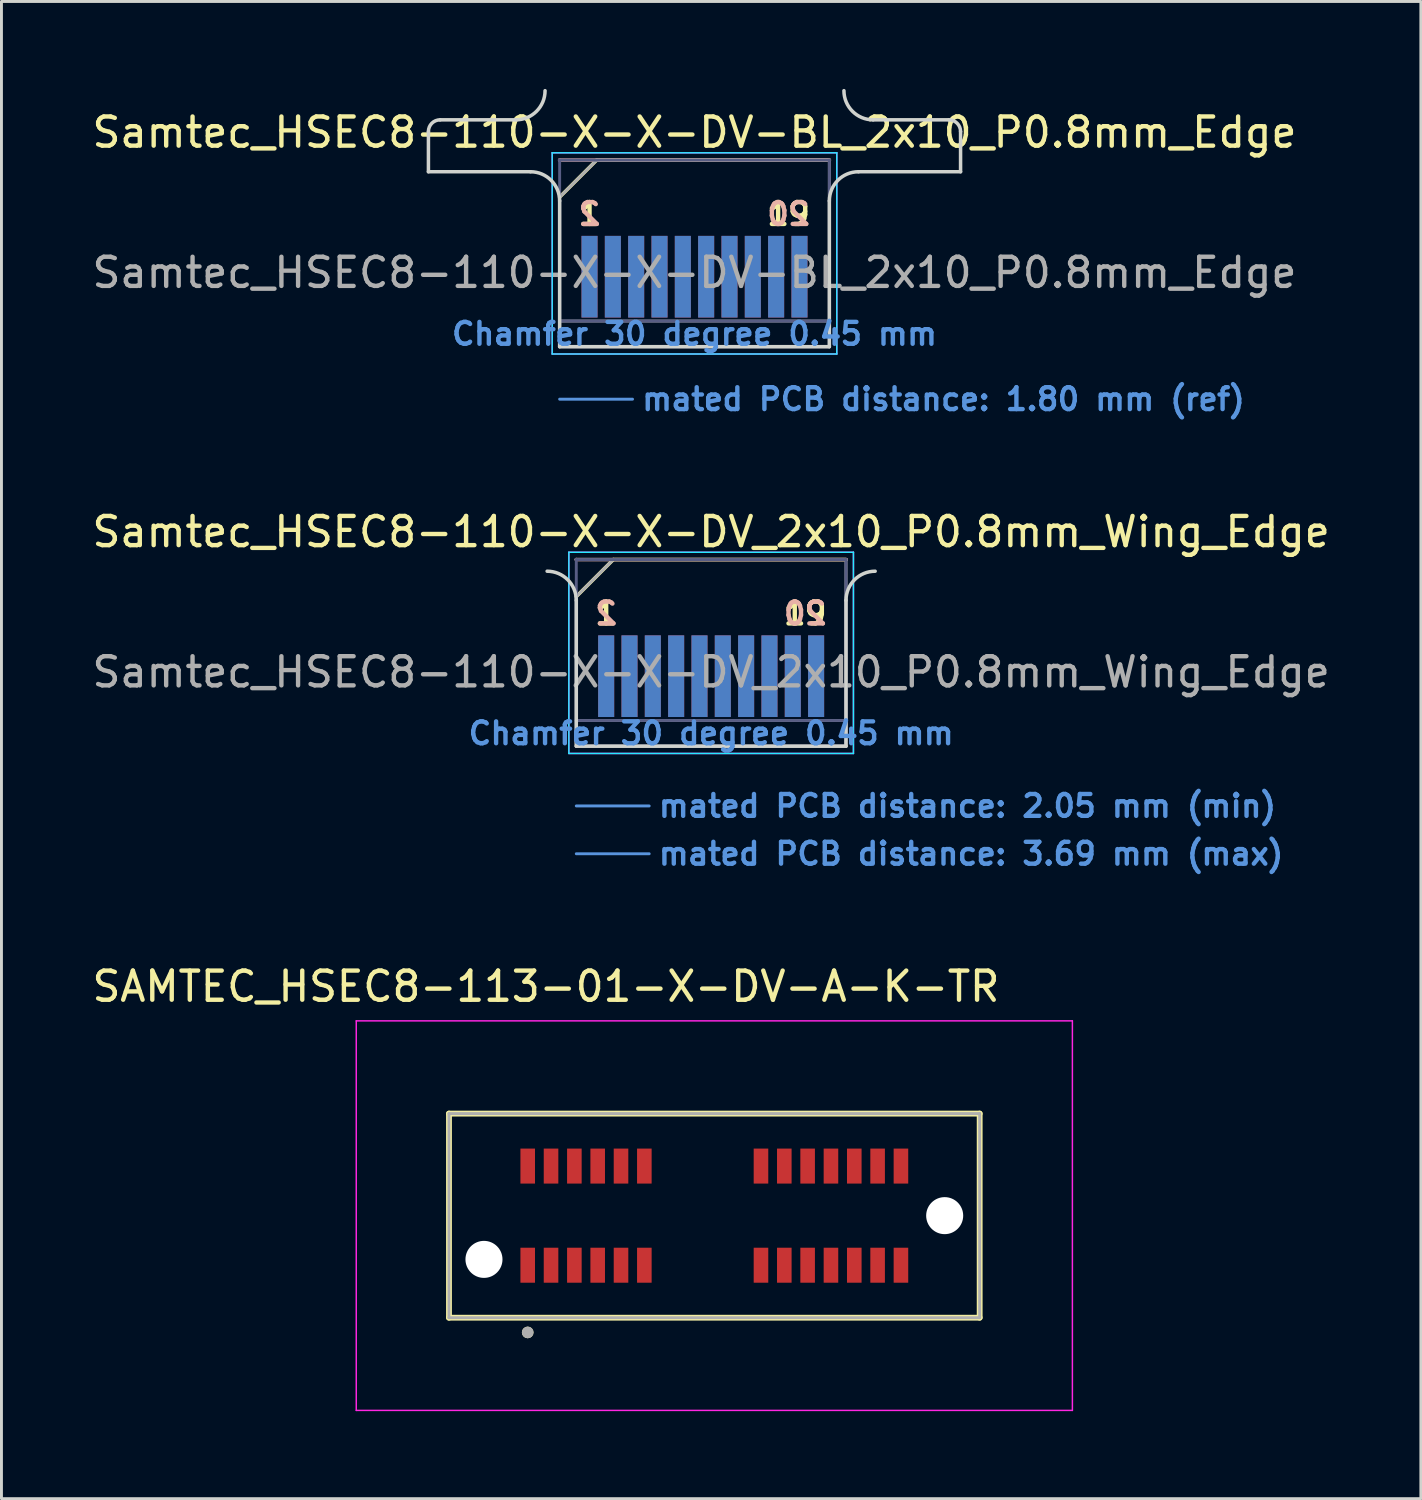
<source format=kicad_pcb>
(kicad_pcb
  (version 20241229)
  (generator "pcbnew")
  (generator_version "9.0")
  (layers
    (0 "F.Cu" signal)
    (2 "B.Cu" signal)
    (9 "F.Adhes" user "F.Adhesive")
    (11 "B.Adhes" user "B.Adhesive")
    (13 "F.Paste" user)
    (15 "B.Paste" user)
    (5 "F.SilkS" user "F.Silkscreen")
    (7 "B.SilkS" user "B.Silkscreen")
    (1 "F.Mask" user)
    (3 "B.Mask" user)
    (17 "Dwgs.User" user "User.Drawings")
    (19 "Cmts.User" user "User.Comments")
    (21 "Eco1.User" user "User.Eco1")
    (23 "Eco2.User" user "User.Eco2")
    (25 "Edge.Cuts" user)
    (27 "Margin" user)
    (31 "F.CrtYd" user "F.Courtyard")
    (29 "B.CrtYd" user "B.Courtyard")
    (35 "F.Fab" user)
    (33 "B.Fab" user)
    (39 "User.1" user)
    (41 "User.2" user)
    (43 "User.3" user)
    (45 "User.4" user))
  (footprint "SAMTEC_HSEC8-113-01-X-DV-A-K-TR"
    (layer "F.Cu")
    (at 21.448 38.641)
    (property "Reference" "SAMTEC_HSEC8-113-01-X-DV-A-K-TR" (at -5.775 -7.86 0) (layer "F.SilkS") (effects (font (size 1 1) (thickness 0.15))))
    (attr smd)
    (fp_line (start -9.1 -3.5) (end -9.1 3.5) (stroke (width 0.2) (type solid)) (layer "F.SilkS"))
    (fp_line (start -9.1 3.5) (end 9.1 3.5) (stroke (width 0.2) (type solid)) (layer "F.SilkS"))
    (fp_line (start 9.1 -3.5) (end -9.1 -3.5) (stroke (width 0.2) (type solid)) (layer "F.SilkS"))
    (fp_line (start 9.1 3.5) (end 9.1 -3.5) (stroke (width 0.2) (type solid)) (layer "F.SilkS"))
    (fp_circle (center -6.4 4.005) (end -6.3 4.005) (stroke (width 0.2) (type solid)) (fill no) (layer "F.SilkS"))
    (fp_line (start -12.28 -6.68) (end -12.28 6.68) (stroke (width 0.05) (type solid)) (layer "F.CrtYd"))
    (fp_line (start -12.28 6.68) (end 12.28 6.68) (stroke (width 0.05) (type solid)) (layer "F.CrtYd"))
    (fp_line (start 12.28 -6.68) (end -12.28 -6.68) (stroke (width 0.05) (type solid)) (layer "F.CrtYd"))
    (fp_line (start 12.28 6.68) (end 12.28 -6.68) (stroke (width 0.05) (type solid)) (layer "F.CrtYd"))
    (fp_line (start -9.1 -3.5) (end -9.1 3.5) (stroke (width 0.1) (type solid)) (layer "F.Fab"))
    (fp_line (start -9.1 3.5) (end 9.1 3.5) (stroke (width 0.1) (type solid)) (layer "F.Fab"))
    (fp_line (start 9.1 -3.5) (end -9.1 -3.5) (stroke (width 0.1) (type solid)) (layer "F.Fab"))
    (fp_line (start 9.1 3.5) (end 9.1 -3.5) (stroke (width 0.1) (type solid)) (layer "F.Fab"))
    (fp_circle (center -6.4 4.005) (end -6.3 4.005) (stroke (width 0.2) (type solid)) (fill no) (layer "F.Fab"))
    (pad "" np_thru_hole circle (at -7.9 1.5) (size 1.27 1.27) (drill 1.27) (layers "*.Cu" "*.Mask"))
    (pad "" np_thru_hole circle (at 7.9 0) (size 1.27 1.27) (drill 1.27) (layers "*.Cu" "*.Mask"))
    (pad "01" smd rect (at -6.4 1.7) (size 0.5 1.2) (layers "F.Cu" "F.Mask" "F.Paste"))
    (pad "02" smd rect (at -6.4 -1.7) (size 0.5 1.2) (layers "F.Cu" "F.Mask" "F.Paste"))
    (pad "03" smd rect (at -5.6 1.7) (size 0.5 1.2) (layers "F.Cu" "F.Mask" "F.Paste"))
    (pad "04" smd rect (at -5.6 -1.7) (size 0.5 1.2) (layers "F.Cu" "F.Mask" "F.Paste"))
    (pad "05" smd rect (at -4.8 1.7) (size 0.5 1.2) (layers "F.Cu" "F.Mask" "F.Paste"))
    (pad "06" smd rect (at -4.8 -1.7) (size 0.5 1.2) (layers "F.Cu" "F.Mask" "F.Paste"))
    (pad "07" smd rect (at -4 1.7) (size 0.5 1.2) (layers "F.Cu" "F.Mask" "F.Paste"))
    (pad "08" smd rect (at -4 -1.7) (size 0.5 1.2) (layers "F.Cu" "F.Mask" "F.Paste"))
    (pad "09" smd rect (at -3.2 1.7) (size 0.5 1.2) (layers "F.Cu" "F.Mask" "F.Paste"))
    (pad "10" smd rect (at -3.2 -1.7) (size 0.5 1.2) (layers "F.Cu" "F.Mask" "F.Paste"))
    (pad "11" smd rect (at -2.4 1.7) (size 0.5 1.2) (layers "F.Cu" "F.Mask" "F.Paste"))
    (pad "12" smd rect (at -2.4 -1.7) (size 0.5 1.2) (layers "F.Cu" "F.Mask" "F.Paste"))
    (pad "13" smd rect (at 1.6 1.7) (size 0.5 1.2) (layers "F.Cu" "F.Mask" "F.Paste"))
    (pad "14" smd rect (at 1.6 -1.7) (size 0.5 1.2) (layers "F.Cu" "F.Mask" "F.Paste"))
    (pad "15" smd rect (at 2.4 1.7) (size 0.5 1.2) (layers "F.Cu" "F.Mask" "F.Paste"))
    (pad "16" smd rect (at 2.4 -1.7) (size 0.5 1.2) (layers "F.Cu" "F.Mask" "F.Paste"))
    (pad "17" smd rect (at 3.2 1.7) (size 0.5 1.2) (layers "F.Cu" "F.Mask" "F.Paste"))
    (pad "18" smd rect (at 3.2 -1.7) (size 0.5 1.2) (layers "F.Cu" "F.Mask" "F.Paste"))
    (pad "19" smd rect (at 4 1.7) (size 0.5 1.2) (layers "F.Cu" "F.Mask" "F.Paste"))
    (pad "20" smd rect (at 4 -1.7) (size 0.5 1.2) (layers "F.Cu" "F.Mask" "F.Paste"))
    (pad "21" smd rect (at 4.8 1.7) (size 0.5 1.2) (layers "F.Cu" "F.Mask" "F.Paste"))
    (pad "22" smd rect (at 4.8 -1.7) (size 0.5 1.2) (layers "F.Cu" "F.Mask" "F.Paste"))
    (pad "23" smd rect (at 5.6 1.7) (size 0.5 1.2) (layers "F.Cu" "F.Mask" "F.Paste"))
    (pad "24" smd rect (at 5.6 -1.7) (size 0.5 1.2) (layers "F.Cu" "F.Mask" "F.Paste"))
    (pad "25" smd rect (at 6.4 1.7) (size 0.5 1.2) (layers "F.Cu" "F.Mask" "F.Paste"))
    (pad "26" smd rect (at 6.4 -1.7) (size 0.5 1.2) (layers "F.Cu" "F.Mask" "F.Paste")))
  (footprint "Samtec_HSEC8-110-X-X-DV-BL_2x10_P0.8mm_Edge"
    (layer "F.Cu")
    (at 20.768 8.84)
    (property "Reference" "Samtec_HSEC8-110-X-X-DV-BL_2x10_P0.8mm_Edge" (at 0 -7.35 0) (layer "F.SilkS") (effects (font (size 1 1) (thickness 0.15))))
    (attr exclude_from_pos_files exclude_from_bom)
    (fp_line (start -4.625 -5.13) (end -3.355 -6.4) (stroke (width 0.12) (type solid)) (layer "F.SilkS"))
    (fp_line (start -3.355 -6.4) (end 4.625 -6.4) (stroke (width 0.12) (type solid)) (layer "F.SilkS"))
    (fp_line (start -4.625 -6.4) (end -4.625 -6.4) (stroke (width 0.12) (type solid)) (layer "B.SilkS"))
    (fp_line (start -4.625 -6.4) (end 4.625 -6.4) (stroke (width 0.12) (type solid)) (layer "B.SilkS"))
    (fp_line (start -4.625 1.8) (end -2.125 1.8) (stroke (width 0.1) (type solid)) (layer "Cmts.User"))
    (fp_line (start -9.125 -6) (end -9.125 -7.38) (stroke (width 0.12) (type solid)) (layer "Edge.Cuts"))
    (fp_line (start -8.725 -7.78) (end -6.125 -7.78) (stroke (width 0.12) (type solid)) (layer "Edge.Cuts"))
    (fp_line (start -5.625 -6) (end -9.125 -6) (stroke (width 0.12) (type solid)) (layer "Edge.Cuts"))
    (fp_line (start -4.625 -5) (end -4.625 0) (stroke (width 0.12) (type solid)) (layer "Edge.Cuts"))
    (fp_line (start -4.625 0) (end 4.625 0) (stroke (width 0.12) (type solid)) (layer "Edge.Cuts"))
    (fp_line (start 4.625 0) (end 4.625 -5) (stroke (width 0.12) (type solid)) (layer "Edge.Cuts"))
    (fp_line (start 5.625 -6) (end 9.125 -6) (stroke (width 0.12) (type solid)) (layer "Edge.Cuts"))
    (fp_line (start 8.725 -7.78) (end 6.125 -7.78) (stroke (width 0.12) (type solid)) (layer "Edge.Cuts"))
    (fp_line (start 9.125 -6) (end 9.125 -7.38) (stroke (width 0.12) (type solid)) (layer "Edge.Cuts"))
    (fp_arc (start -9.125 -7.38) (mid -9.007843 -7.662843) (end -8.725 -7.78) (stroke (width 0.12) (type solid)) (layer "Edge.Cuts"))
    (fp_arc (start -5.625 -6) (mid -4.917893 -5.707107) (end -4.625 -5) (stroke (width 0.12) (type solid)) (layer "Edge.Cuts"))
    (fp_arc (start -5.125 -8.78) (mid -5.417893 -8.072893) (end -6.125 -7.78) (stroke (width 0.12) (type solid)) (layer "Edge.Cuts"))
    (fp_arc (start 4.625 -5) (mid 4.917893 -5.707107) (end 5.625 -6) (stroke (width 0.12) (type solid)) (layer "Edge.Cuts"))
    (fp_arc (start 6.125 -7.78) (mid 5.417893 -8.072893) (end 5.125 -8.78) (stroke (width 0.12) (type solid)) (layer "Edge.Cuts"))
    (fp_arc (start 8.725 -7.78) (mid 9.007843 -7.662843) (end 9.125 -7.38) (stroke (width 0.12) (type solid)) (layer "Edge.Cuts"))
    (fp_line (start -4.88 -6.65) (end -4.88 0.25) (stroke (width 0.05) (type solid)) (layer "B.CrtYd"))
    (fp_line (start -4.88 0.25) (end 4.88 0.25) (stroke (width 0.05) (type solid)) (layer "B.CrtYd"))
    (fp_line (start 4.88 -6.65) (end -4.88 -6.65) (stroke (width 0.05) (type solid)) (layer "B.CrtYd"))
    (fp_line (start 4.88 0.25) (end 4.88 -6.65) (stroke (width 0.05) (type solid)) (layer "B.CrtYd"))
    (fp_line (start -4.88 -6.65) (end -4.88 0.25) (stroke (width 0.05) (type solid)) (layer "F.CrtYd"))
    (fp_line (start -4.88 0.25) (end 4.88 0.25) (stroke (width 0.05) (type solid)) (layer "F.CrtYd"))
    (fp_line (start 4.88 -6.65) (end -4.88 -6.65) (stroke (width 0.05) (type solid)) (layer "F.CrtYd"))
    (fp_line (start 4.88 0.25) (end 4.88 -6.65) (stroke (width 0.05) (type solid)) (layer "F.CrtYd"))
    (fp_line (start -4.625 -6.4) (end -4.625 -6.4) (stroke (width 0.1) (type solid)) (layer "B.Fab"))
    (fp_line (start -4.625 -6.4) (end -4.625 0) (stroke (width 0.1) (type solid)) (layer "B.Fab"))
    (fp_line (start -4.625 -6.4) (end 4.625 -6.4) (stroke (width 0.1) (type solid)) (layer "B.Fab"))
    (fp_line (start -4.625 -0.88) (end 4.625 -0.88) (stroke (width 0.1) (type solid)) (layer "B.Fab"))
    (fp_line (start -4.625 0) (end 4.625 0) (stroke (width 0.1) (type solid)) (layer "B.Fab"))
    (fp_line (start 4.625 -6.4) (end 4.625 0) (stroke (width 0.1) (type solid)) (layer "B.Fab"))
    (fp_line (start -4.625 -5.13) (end -4.625 0) (stroke (width 0.1) (type solid)) (layer "F.Fab"))
    (fp_line (start -4.625 -5.13) (end -3.355 -6.4) (stroke (width 0.1) (type solid)) (layer "F.Fab"))
    (fp_line (start -4.625 -0.88) (end 4.625 -0.88) (stroke (width 0.1) (type solid)) (layer "F.Fab"))
    (fp_line (start -4.625 0) (end 4.625 0) (stroke (width 0.1) (type solid)) (layer "F.Fab"))
    (fp_line (start -3.355 -6.4) (end 4.625 -6.4) (stroke (width 0.1) (type solid)) (layer "F.Fab"))
    (fp_line (start 4.625 -6.4) (end 4.625 0) (stroke (width 0.1) (type solid)) (layer "F.Fab"))
    (fp_text user "1" (at -3.6 -4.55 0) (layer "F.SilkS") (effects (font (size 0.75 0.75) (thickness 0.15))))
    (fp_text user "19" (at 3.225 -4.55 0) (layer "F.SilkS") (effects (font (size 0.75 0.75) (thickness 0.15))))
    (fp_text user "2" (at -3.6 -4.55 0) (layer "B.SilkS") (effects (font (size 0.75 0.75) (thickness 0.15)) (justify mirror)))
    (fp_text user "20" (at 3.225 -4.55 0) (layer "B.SilkS") (effects (font (size 0.75 0.75) (thickness 0.15)) (justify mirror)))
    (fp_text user "mated PCB distance: 1.80 mm (ref)" (at -1.88 1.8 0) (layer "Cmts.User") (effects (font (size 0.75 0.75) (thickness 0.15)) (justify left)))
    (fp_text user "Chamfer 30 degree 0.45 mm" (at 0 -0.44 0) (layer "Cmts.User") (effects (font (size 0.75 0.75) (thickness 0.15))))
    (fp_text user "${REFERENCE}" (at 0 -2.54 0) (layer "F.Fab") (effects (font (size 1 1) (thickness 0.15))))
    (pad "1" connect rect (at -3.6 -2.4) (size 0.55 2.8) (layers "F.Cu" "F.Mask"))
    (pad "2" connect rect (at -3.6 -2.4) (size 0.55 2.8) (layers "B.Cu" "B.Mask"))
    (pad "3" connect rect (at -2.8 -2.4) (size 0.55 2.8) (layers "F.Cu" "F.Mask"))
    (pad "4" connect rect (at -2.8 -2.4) (size 0.55 2.8) (layers "B.Cu" "B.Mask"))
    (pad "5" connect rect (at -2 -2.4) (size 0.55 2.8) (layers "F.Cu" "F.Mask"))
    (pad "6" connect rect (at -2 -2.4) (size 0.55 2.8) (layers "B.Cu" "B.Mask"))
    (pad "7" connect rect (at -1.2 -2.4) (size 0.55 2.8) (layers "F.Cu" "F.Mask"))
    (pad "8" connect rect (at -1.2 -2.4) (size 0.55 2.8) (layers "B.Cu" "B.Mask"))
    (pad "9" connect rect (at -0.4 -2.4) (size 0.55 2.8) (layers "F.Cu" "F.Mask"))
    (pad "10" connect rect (at -0.4 -2.4) (size 0.55 2.8) (layers "B.Cu" "B.Mask"))
    (pad "11" connect rect (at 0.4 -2.4) (size 0.55 2.8) (layers "F.Cu" "F.Mask"))
    (pad "12" connect rect (at 0.4 -2.4) (size 0.55 2.8) (layers "B.Cu" "B.Mask"))
    (pad "13" connect rect (at 1.2 -2.4) (size 0.55 2.8) (layers "F.Cu" "F.Mask"))
    (pad "14" connect rect (at 1.2 -2.4) (size 0.55 2.8) (layers "B.Cu" "B.Mask"))
    (pad "15" connect rect (at 2 -2.4) (size 0.55 2.8) (layers "F.Cu" "F.Mask"))
    (pad "16" connect rect (at 2 -2.4) (size 0.55 2.8) (layers "B.Cu" "B.Mask"))
    (pad "17" connect rect (at 2.8 -2.4) (size 0.55 2.8) (layers "F.Cu" "F.Mask"))
    (pad "18" connect rect (at 2.8 -2.4) (size 0.55 2.8) (layers "B.Cu" "B.Mask"))
    (pad "19" connect rect (at 3.6 -2.4) (size 0.55 2.8) (layers "F.Cu" "F.Mask"))
    (pad "20" connect rect (at 3.6 -2.4) (size 0.55 2.8) (layers "B.Cu" "B.Mask")))
  (footprint "Samtec_HSEC8-110-X-X-DV_2x10_P0.8mm_Wing_Edge"
    (layer "F.Cu")
    (at 21.339 22.54)
    (property "Reference" "Samtec_HSEC8-110-X-X-DV_2x10_P0.8mm_Wing_Edge" (at 0 -7.35 0) (layer "F.SilkS") (effects (font (size 1 1) (thickness 0.15))))
    (attr exclude_from_pos_files exclude_from_bom)
    (fp_line (start -4.625 -5.13) (end -3.355 -6.4) (stroke (width 0.12) (type solid)) (layer "F.SilkS"))
    (fp_line (start -3.355 -6.4) (end 4.625 -6.4) (stroke (width 0.12) (type solid)) (layer "F.SilkS"))
    (fp_line (start -4.625 -6.4) (end -4.625 -6.4) (stroke (width 0.12) (type solid)) (layer "B.SilkS"))
    (fp_line (start -4.625 -6.4) (end 4.625 -6.4) (stroke (width 0.12) (type solid)) (layer "B.SilkS"))
    (fp_line (start -4.625 2.05) (end -2.125 2.05) (stroke (width 0.1) (type solid)) (layer "Cmts.User"))
    (fp_line (start -4.625 3.69) (end -2.125 3.69) (stroke (width 0.1) (type solid)) (layer "Cmts.User"))
    (fp_line (start -4.625 -5) (end -4.625 0) (stroke (width 0.12) (type solid)) (layer "Edge.Cuts"))
    (fp_line (start -4.625 0) (end 4.625 0) (stroke (width 0.12) (type solid)) (layer "Edge.Cuts"))
    (fp_line (start 4.625 0) (end 4.625 -5) (stroke (width 0.12) (type solid)) (layer "Edge.Cuts"))
    (fp_arc (start -5.625 -6) (mid -4.917893 -5.707107) (end -4.625 -5) (stroke (width 0.12) (type solid)) (layer "Edge.Cuts"))
    (fp_arc (start 4.625 -5) (mid 4.917893 -5.707107) (end 5.625 -6) (stroke (width 0.12) (type solid)) (layer "Edge.Cuts"))
    (fp_line (start -4.88 -6.65) (end -4.88 0.25) (stroke (width 0.05) (type solid)) (layer "B.CrtYd"))
    (fp_line (start -4.88 0.25) (end 4.88 0.25) (stroke (width 0.05) (type solid)) (layer "B.CrtYd"))
    (fp_line (start 4.88 -6.65) (end -4.88 -6.65) (stroke (width 0.05) (type solid)) (layer "B.CrtYd"))
    (fp_line (start 4.88 0.25) (end 4.88 -6.65) (stroke (width 0.05) (type solid)) (layer "B.CrtYd"))
    (fp_line (start -4.88 -6.65) (end -4.88 0.25) (stroke (width 0.05) (type solid)) (layer "F.CrtYd"))
    (fp_line (start -4.88 0.25) (end 4.88 0.25) (stroke (width 0.05) (type solid)) (layer "F.CrtYd"))
    (fp_line (start 4.88 -6.65) (end -4.88 -6.65) (stroke (width 0.05) (type solid)) (layer "F.CrtYd"))
    (fp_line (start 4.88 0.25) (end 4.88 -6.65) (stroke (width 0.05) (type solid)) (layer "F.CrtYd"))
    (fp_line (start -4.625 -6.4) (end -4.625 -6.4) (stroke (width 0.1) (type solid)) (layer "B.Fab"))
    (fp_line (start -4.625 -6.4) (end -4.625 0) (stroke (width 0.1) (type solid)) (layer "B.Fab"))
    (fp_line (start -4.625 -6.4) (end 4.625 -6.4) (stroke (width 0.1) (type solid)) (layer "B.Fab"))
    (fp_line (start -4.625 -0.88) (end 4.625 -0.88) (stroke (width 0.1) (type solid)) (layer "B.Fab"))
    (fp_line (start -4.625 0) (end 4.625 0) (stroke (width 0.1) (type solid)) (layer "B.Fab"))
    (fp_line (start 4.625 -6.4) (end 4.625 0) (stroke (width 0.1) (type solid)) (layer "B.Fab"))
    (fp_line (start -4.625 -5.13) (end -4.625 0) (stroke (width 0.1) (type solid)) (layer "F.Fab"))
    (fp_line (start -4.625 -5.13) (end -3.355 -6.4) (stroke (width 0.1) (type solid)) (layer "F.Fab"))
    (fp_line (start -4.625 -0.88) (end 4.625 -0.88) (stroke (width 0.1) (type solid)) (layer "F.Fab"))
    (fp_line (start -4.625 0) (end 4.625 0) (stroke (width 0.1) (type solid)) (layer "F.Fab"))
    (fp_line (start -3.355 -6.4) (end 4.625 -6.4) (stroke (width 0.1) (type solid)) (layer "F.Fab"))
    (fp_line (start 4.625 -6.4) (end 4.625 0) (stroke (width 0.1) (type solid)) (layer "F.Fab"))
    (fp_text user "19" (at 3.225 -4.55 0) (layer "F.SilkS") (effects (font (size 0.75 0.75) (thickness 0.15))))
    (fp_text user "1" (at -3.6 -4.55 0) (layer "F.SilkS") (effects (font (size 0.75 0.75) (thickness 0.15))))
    (fp_text user "20" (at 3.225 -4.55 0) (layer "B.SilkS") (effects (font (size 0.75 0.75) (thickness 0.15)) (justify mirror)))
    (fp_text user "2" (at -3.6 -4.55 0) (layer "B.SilkS") (effects (font (size 0.75 0.75) (thickness 0.15)) (justify mirror)))
    (fp_text user "Chamfer 30 degree 0.45 mm" (at 0 -0.44 0) (layer "Cmts.User") (effects (font (size 0.75 0.75) (thickness 0.15))))
    (fp_text user "mated PCB distance: 2.05 mm (min)" (at -1.88 2.05 0) (layer "Cmts.User") (effects (font (size 0.75 0.75) (thickness 0.15)) (justify left)))
    (fp_text user "mated PCB distance: 3.69 mm (max)" (at -1.88 3.69 0) (layer "Cmts.User") (effects (font (size 0.75 0.75) (thickness 0.15)) (justify left)))
    (fp_text user "${REFERENCE}" (at 0 -2.54 0) (layer "F.Fab") (effects (font (size 1 1) (thickness 0.15))))
    (pad "1" connect rect (at -3.6 -2.4) (size 0.55 2.8) (layers "F.Cu" "F.Mask"))
    (pad "2" connect rect (at -3.6 -2.4) (size 0.55 2.8) (layers "B.Cu" "B.Mask"))
    (pad "3" connect rect (at -2.8 -2.4) (size 0.55 2.8) (layers "F.Cu" "F.Mask"))
    (pad "4" connect rect (at -2.8 -2.4) (size 0.55 2.8) (layers "B.Cu" "B.Mask"))
    (pad "5" connect rect (at -2 -2.4) (size 0.55 2.8) (layers "F.Cu" "F.Mask"))
    (pad "6" connect rect (at -2 -2.4) (size 0.55 2.8) (layers "B.Cu" "B.Mask"))
    (pad "7" connect rect (at -1.2 -2.4) (size 0.55 2.8) (layers "F.Cu" "F.Mask"))
    (pad "8" connect rect (at -1.2 -2.4) (size 0.55 2.8) (layers "B.Cu" "B.Mask"))
    (pad "9" connect rect (at -0.4 -2.4) (size 0.55 2.8) (layers "F.Cu" "F.Mask"))
    (pad "10" connect rect (at -0.4 -2.4) (size 0.55 2.8) (layers "B.Cu" "B.Mask"))
    (pad "11" connect rect (at 0.4 -2.4) (size 0.55 2.8) (layers "F.Cu" "F.Mask"))
    (pad "12" connect rect (at 0.4 -2.4) (size 0.55 2.8) (layers "B.Cu" "B.Mask"))
    (pad "13" connect rect (at 1.2 -2.4) (size 0.55 2.8) (layers "F.Cu" "F.Mask"))
    (pad "14" connect rect (at 1.2 -2.4) (size 0.55 2.8) (layers "B.Cu" "B.Mask"))
    (pad "15" connect rect (at 2 -2.4) (size 0.55 2.8) (layers "F.Cu" "F.Mask"))
    (pad "16" connect rect (at 2 -2.4) (size 0.55 2.8) (layers "B.Cu" "B.Mask"))
    (pad "17" connect rect (at 2.8 -2.4) (size 0.55 2.8) (layers "F.Cu" "F.Mask"))
    (pad "18" connect rect (at 2.8 -2.4) (size 0.55 2.8) (layers "B.Cu" "B.Mask"))
    (pad "19" connect rect (at 3.6 -2.4) (size 0.55 2.8) (layers "F.Cu" "F.Mask"))
    (pad "20" connect rect (at 3.6 -2.4) (size 0.55 2.8) (layers "B.Cu" "B.Mask")))
  (gr_rect
    (start -3 -3)
    (end 45.679 48.346)
    (stroke (width 0.1) (type default))
    (fill no)
    (layer "Edge.Cuts")))
</source>
